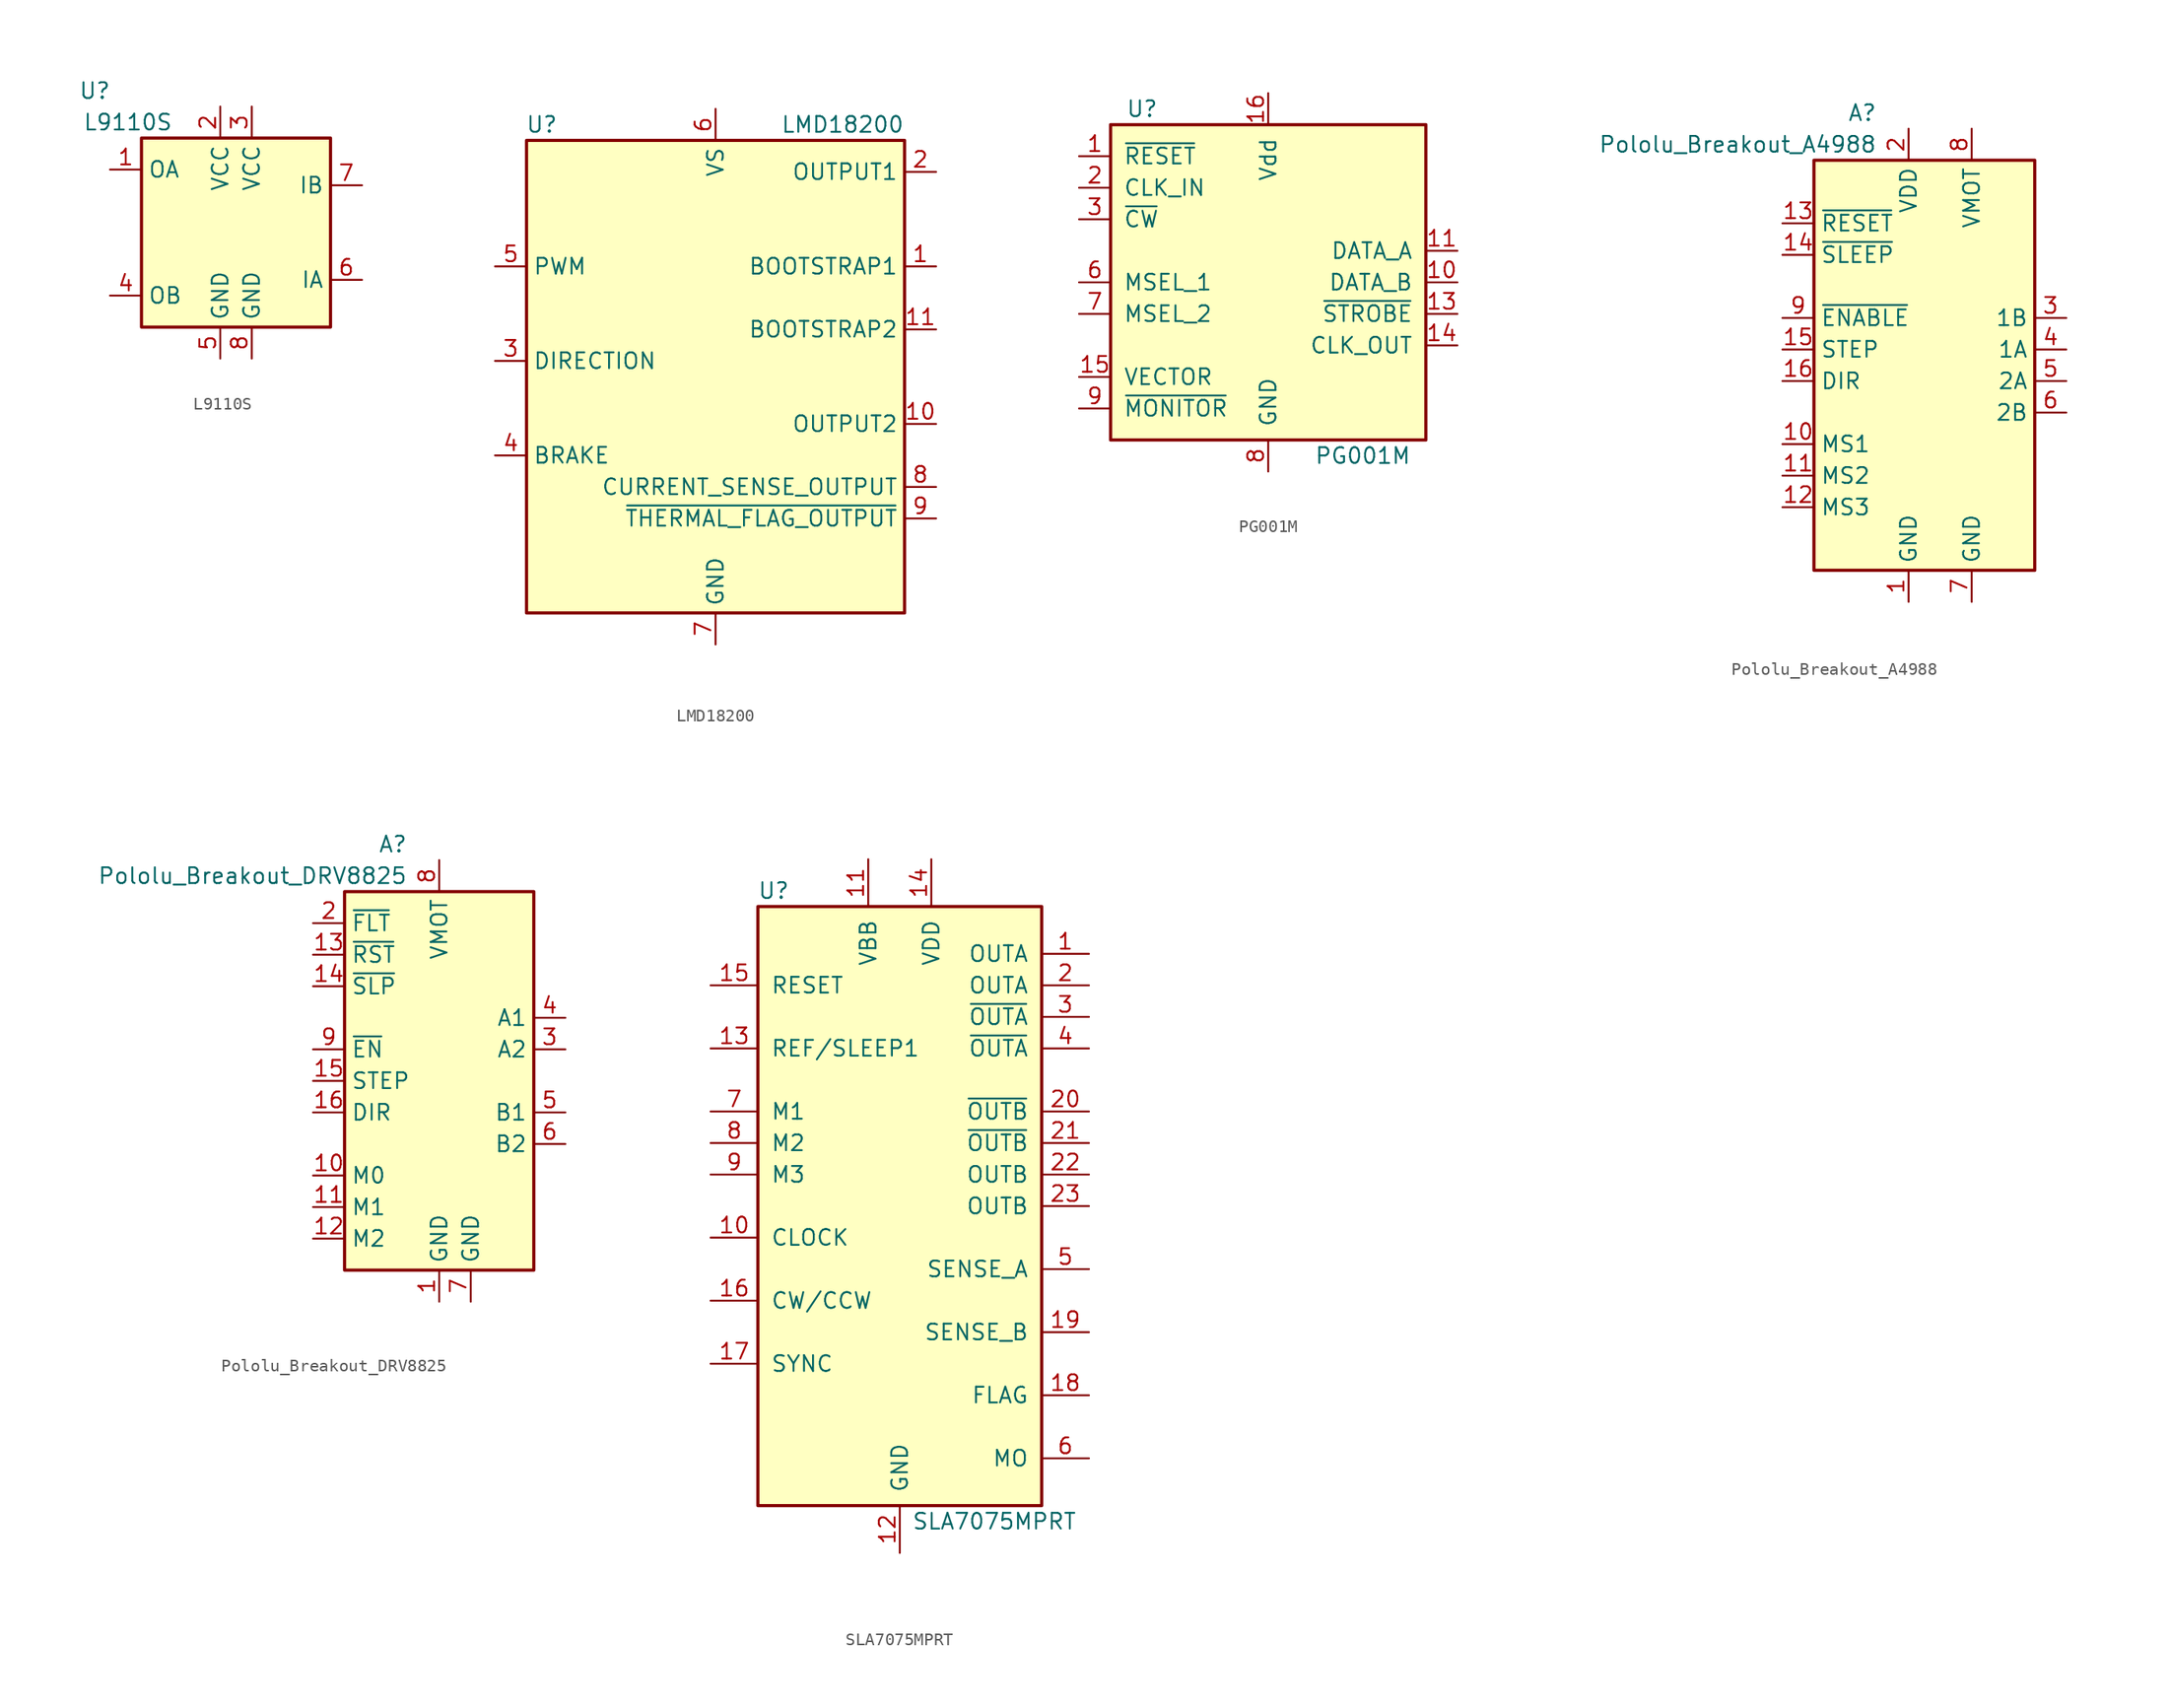
<source format=kicad_sym>
(kicad_symbol_lib
  (version 20201005)
  (generator kicad_symbol_editor)
  (symbol "L9110S"
    (property "Reference" "U"
      (at -12.7 11.43 0)
      (effects (font (size 1.27 1.27)) (justify left)))
    (property "Value" "L9110S"
      (at -5.08 8.89 0)
      (effects (font (size 1.27 1.27)) (justify right)))
    (symbol "L9110S_0_0"
      (rectangle (start -7.62 7.62) (end 7.62 -7.62) (stroke (width 0.254)) (fill (type background))))
    (symbol "L9110S_1_1"
      (pin output line (at -10.16 5.08 0) (length 2.54) (name "OA" (effects (font (size 1.27 1.27)))) (number "1" (effects (font (size 1.27 1.27)))))
      (pin power_in line (at -1.27 10.16 270) (length 2.54) (name "VCC" (effects (font (size 1.27 1.27)))) (number "2" (effects (font (size 1.27 1.27)))))
      (pin power_in line (at 1.27 10.16 270) (length 2.54) (name "VCC" (effects (font (size 1.27 1.27)))) (number "3" (effects (font (size 1.27 1.27)))))
      (pin output line (at -10.16 -5.08 0) (length 2.54) (name "OB" (effects (font (size 1.27 1.27)))) (number "4" (effects (font (size 1.27 1.27)))))
      (pin unspecified line (at -1.27 -10.16 90) (length 2.54) (name "GND" (effects (font (size 1.27 1.27)))) (number "5" (effects (font (size 1.27 1.27)))))
      (pin input line (at 10.16 -3.81 180) (length 2.54) (name "IA" (effects (font (size 1.27 1.27)))) (number "6" (effects (font (size 1.27 1.27)))))
      (pin input line (at 10.16 3.81 180) (length 2.54) (name "IB" (effects (font (size 1.27 1.27)))) (number "7" (effects (font (size 1.27 1.27)))))
      (pin unspecified line (at 1.27 -10.16 90) (length 2.54) (name "GND" (effects (font (size 1.27 1.27)))) (number "8" (effects (font (size 1.27 1.27)))))))
  (symbol "LMD18200"
    (property "Reference" "U"
      (at -12.7 19.05 0)
      (effects (font (size 1.27 1.27)) (justify right)))
    (property "Value" "LMD18200"
      (at 15.24 19.05 0)
      (effects (font (size 1.27 1.27)) (justify right)))
    (symbol "LMD18200_0_1"
      (rectangle (start -15.24 -20.32) (end 15.24 17.78) (stroke (width 0.254)) (fill (type background))))
    (symbol "LMD18200_1_1"
      (pin passive line (at 17.78 7.62 180) (length 2.54) (name "BOOTSTRAP1" (effects (font (size 1.27 1.27)))) (number "1" (effects (font (size 1.27 1.27)))))
      (pin output line (at 17.78 -5.08 180) (length 2.54) (name "OUTPUT2" (effects (font (size 1.27 1.27)))) (number "10" (effects (font (size 1.27 1.27)))))
      (pin passive line (at 17.78 2.54 180) (length 2.54) (name "BOOTSTRAP2" (effects (font (size 1.27 1.27)))) (number "11" (effects (font (size 1.27 1.27)))))
      (pin output line (at 17.78 15.24 180) (length 2.54) (name "OUTPUT1" (effects (font (size 1.27 1.27)))) (number "2" (effects (font (size 1.27 1.27)))))
      (pin input line (at -17.78 0 0) (length 2.54) (name "DIRECTION" (effects (font (size 1.27 1.27)))) (number "3" (effects (font (size 1.27 1.27)))))
      (pin input line (at -17.78 -7.62 0) (length 2.54) (name "BRAKE" (effects (font (size 1.27 1.27)))) (number "4" (effects (font (size 1.27 1.27)))))
      (pin input line (at -17.78 7.62 0) (length 2.54) (name "PWM" (effects (font (size 1.27 1.27)))) (number "5" (effects (font (size 1.27 1.27)))))
      (pin power_in line (at 0 20.32 270) (length 2.54) (name "VS" (effects (font (size 1.27 1.27)))) (number "6" (effects (font (size 1.27 1.27)))))
      (pin power_in line (at 0 -22.86 90) (length 2.54) (name "GND" (effects (font (size 1.27 1.27)))) (number "7" (effects (font (size 1.27 1.27)))))
      (pin output line (at 17.78 -10.16 180) (length 2.54) (name "CURRENT_SENSE_OUTPUT" (effects (font (size 1.27 1.27)))) (number "8" (effects (font (size 1.27 1.27)))))
      (pin open_collector line (at 17.78 -12.7 180) (length 2.54) (name "~THERMAL_FLAG_OUTPUT" (effects (font (size 1.27 1.27)))) (number "9" (effects (font (size 1.27 1.27)))))))
  (symbol "PG001M"
    (pin_names
      (offset 1.016))
    (property "Reference" "U"
      (at -10.16 13.97 0)
      (effects (font (size 1.27 1.27))))
    (property "Value" "PG001M"
      (at 7.62 -13.97 0)
      (effects (font (size 1.27 1.27))))
    (symbol "PG001M_0_1"
      (rectangle (start 12.7 -12.7) (end -12.7 12.7) (stroke (width 0.254)) (fill (type background))))
    (symbol "PG001M_1_1"
      (pin input line (at -15.24 10.16 0) (length 2.54) (name "~RESET~" (effects (font (size 1.27 1.27)))) (number "1" (effects (font (size 1.27 1.27)))))
      (pin output line (at 15.24 0 180) (length 2.54) (name "DATA_B" (effects (font (size 1.27 1.27)))) (number "10" (effects (font (size 1.27 1.27)))))
      (pin output line (at 15.24 2.54 180) (length 2.54) (name "DATA_A" (effects (font (size 1.27 1.27)))) (number "11" (effects (font (size 1.27 1.27)))))
      (pin output line (at 15.24 -2.54 180) (length 2.54) (name "~STROBE~" (effects (font (size 1.27 1.27)))) (number "13" (effects (font (size 1.27 1.27)))))
      (pin output line (at 15.24 -5.08 180) (length 2.54) (name "CLK_OUT" (effects (font (size 1.27 1.27)))) (number "14" (effects (font (size 1.27 1.27)))))
      (pin input line (at -15.24 -7.62 0) (length 2.54) (name "VECTOR" (effects (font (size 1.27 1.27)))) (number "15" (effects (font (size 1.27 1.27)))))
      (pin power_in line (at 0 15.24 270) (length 2.54) (name "Vdd" (effects (font (size 1.27 1.27)))) (number "16" (effects (font (size 1.27 1.27)))))
      (pin input line (at -15.24 7.62 0) (length 2.54) (name "CLK_IN" (effects (font (size 1.27 1.27)))) (number "2" (effects (font (size 1.27 1.27)))))
      (pin input line (at -15.24 5.08 0) (length 2.54) (name "~CW~" (effects (font (size 1.27 1.27)))) (number "3" (effects (font (size 1.27 1.27)))))
      (pin input line (at -15.24 0 0) (length 2.54) (name "MSEL_1" (effects (font (size 1.27 1.27)))) (number "6" (effects (font (size 1.27 1.27)))))
      (pin input line (at -15.24 -2.54 0) (length 2.54) (name "MSEL_2" (effects (font (size 1.27 1.27)))) (number "7" (effects (font (size 1.27 1.27)))))
      (pin power_in line (at 0 -15.24 90) (length 2.54) (name "GND" (effects (font (size 1.27 1.27)))) (number "8" (effects (font (size 1.27 1.27)))))
      (pin input line (at -15.24 -10.16 0) (length 2.54) (name "~MONITOR~" (effects (font (size 1.27 1.27)))) (number "9" (effects (font (size 1.27 1.27)))))))
  (symbol "Pololu_Breakout_A4988"
    (property "Reference" "A"
      (at -2.54 19.05 0)
      (effects (font (size 1.27 1.27)) (justify right)))
    (property "Value" "Pololu_Breakout_A4988"
      (at -2.54 16.51 0)
      (effects (font (size 1.27 1.27)) (justify right)))
    (symbol "Pololu_Breakout_A4988_0_1"
      (rectangle (start 10.16 -17.78) (end -7.62 15.24) (stroke (width 0.254)) (fill (type background))))
    (symbol "Pololu_Breakout_A4988_1_1"
      (pin power_in line (at 0 -20.32 90) (length 2.54) (name "GND" (effects (font (size 1.27 1.27)))) (number "1" (effects (font (size 1.27 1.27)))))
      (pin input line (at -10.16 -7.62 0) (length 2.54) (name "MS1" (effects (font (size 1.27 1.27)))) (number "10" (effects (font (size 1.27 1.27)))))
      (pin input line (at -10.16 -10.16 0) (length 2.54) (name "MS2" (effects (font (size 1.27 1.27)))) (number "11" (effects (font (size 1.27 1.27)))))
      (pin input line (at -10.16 -12.7 0) (length 2.54) (name "MS3" (effects (font (size 1.27 1.27)))) (number "12" (effects (font (size 1.27 1.27)))))
      (pin input line (at -10.16 10.16 0) (length 2.54) (name "~RESET" (effects (font (size 1.27 1.27)))) (number "13" (effects (font (size 1.27 1.27)))))
      (pin input line (at -10.16 7.62 0) (length 2.54) (name "~SLEEP" (effects (font (size 1.27 1.27)))) (number "14" (effects (font (size 1.27 1.27)))))
      (pin input line (at -10.16 0 0) (length 2.54) (name "STEP" (effects (font (size 1.27 1.27)))) (number "15" (effects (font (size 1.27 1.27)))))
      (pin input line (at -10.16 -2.54 0) (length 2.54) (name "DIR" (effects (font (size 1.27 1.27)))) (number "16" (effects (font (size 1.27 1.27)))))
      (pin power_in line (at 0 17.78 270) (length 2.54) (name "VDD" (effects (font (size 1.27 1.27)))) (number "2" (effects (font (size 1.27 1.27)))))
      (pin output line (at 12.7 2.54 180) (length 2.54) (name "1B" (effects (font (size 1.27 1.27)))) (number "3" (effects (font (size 1.27 1.27)))))
      (pin output line (at 12.7 0 180) (length 2.54) (name "1A" (effects (font (size 1.27 1.27)))) (number "4" (effects (font (size 1.27 1.27)))))
      (pin output line (at 12.7 -2.54 180) (length 2.54) (name "2A" (effects (font (size 1.27 1.27)))) (number "5" (effects (font (size 1.27 1.27)))))
      (pin output line (at 12.7 -5.08 180) (length 2.54) (name "2B" (effects (font (size 1.27 1.27)))) (number "6" (effects (font (size 1.27 1.27)))))
      (pin power_in line (at 5.08 -20.32 90) (length 2.54) (name "GND" (effects (font (size 1.27 1.27)))) (number "7" (effects (font (size 1.27 1.27)))))
      (pin power_in line (at 5.08 17.78 270) (length 2.54) (name "VMOT" (effects (font (size 1.27 1.27)))) (number "8" (effects (font (size 1.27 1.27)))))
      (pin input line (at -10.16 2.54 0) (length 2.54) (name "~ENABLE" (effects (font (size 1.27 1.27)))) (number "9" (effects (font (size 1.27 1.27)))))))
  (symbol "Pololu_Breakout_DRV8825"
    (property "Reference" "A"
      (at -2.54 16.51 0)
      (effects (font (size 1.27 1.27)) (justify right)))
    (property "Value" "Pololu_Breakout_DRV8825"
      (at -2.54 13.97 0)
      (effects (font (size 1.27 1.27)) (justify right)))
    (symbol "Pololu_Breakout_DRV8825_0_1"
      (rectangle (start 7.62 -17.78) (end -7.62 12.7) (stroke (width 0.254)) (fill (type background))))
    (symbol "Pololu_Breakout_DRV8825_1_1"
      (pin power_in line (at 0 -20.32 90) (length 2.54) (name "GND" (effects (font (size 1.27 1.27)))) (number "1" (effects (font (size 1.27 1.27)))))
      (pin input line (at -10.16 -10.16 0) (length 2.54) (name "M0" (effects (font (size 1.27 1.27)))) (number "10" (effects (font (size 1.27 1.27)))))
      (pin input line (at -10.16 -12.7 0) (length 2.54) (name "M1" (effects (font (size 1.27 1.27)))) (number "11" (effects (font (size 1.27 1.27)))))
      (pin input line (at -10.16 -15.24 0) (length 2.54) (name "M2" (effects (font (size 1.27 1.27)))) (number "12" (effects (font (size 1.27 1.27)))))
      (pin input line (at -10.16 7.62 0) (length 2.54) (name "~RST" (effects (font (size 1.27 1.27)))) (number "13" (effects (font (size 1.27 1.27)))))
      (pin input line (at -10.16 5.08 0) (length 2.54) (name "~SLP" (effects (font (size 1.27 1.27)))) (number "14" (effects (font (size 1.27 1.27)))))
      (pin input line (at -10.16 -2.54 0) (length 2.54) (name "STEP" (effects (font (size 1.27 1.27)))) (number "15" (effects (font (size 1.27 1.27)))))
      (pin input line (at -10.16 -5.08 0) (length 2.54) (name "DIR" (effects (font (size 1.27 1.27)))) (number "16" (effects (font (size 1.27 1.27)))))
      (pin output line (at -10.16 10.16 0) (length 2.54) (name "~FLT" (effects (font (size 1.27 1.27)))) (number "2" (effects (font (size 1.27 1.27)))))
      (pin output line (at 10.16 0 180) (length 2.54) (name "A2" (effects (font (size 1.27 1.27)))) (number "3" (effects (font (size 1.27 1.27)))))
      (pin output line (at 10.16 2.54 180) (length 2.54) (name "A1" (effects (font (size 1.27 1.27)))) (number "4" (effects (font (size 1.27 1.27)))))
      (pin output line (at 10.16 -5.08 180) (length 2.54) (name "B1" (effects (font (size 1.27 1.27)))) (number "5" (effects (font (size 1.27 1.27)))))
      (pin output line (at 10.16 -7.62 180) (length 2.54) (name "B2" (effects (font (size 1.27 1.27)))) (number "6" (effects (font (size 1.27 1.27)))))
      (pin power_in line (at 2.54 -20.32 90) (length 2.54) (name "GND" (effects (font (size 1.27 1.27)))) (number "7" (effects (font (size 1.27 1.27)))))
      (pin power_in line (at 0 15.24 270) (length 2.54) (name "VMOT" (effects (font (size 1.27 1.27)))) (number "8" (effects (font (size 1.27 1.27)))))
      (pin input line (at -10.16 0 0) (length 2.54) (name "~EN" (effects (font (size 1.27 1.27)))) (number "9" (effects (font (size 1.27 1.27)))))))
  (symbol "SLA7075MPRT"
    (pin_names
      (offset 1.016))
    (property "Reference" "U"
      (at -10.16 25.4 0)
      (effects (font (size 1.27 1.27))))
    (property "Value" "SLA7075MPRT"
      (at 7.62 -25.4 0)
      (effects (font (size 1.27 1.27))))
    (symbol "SLA7075MPRT_0_1"
      (rectangle (start -11.43 24.13) (end 11.43 -24.13) (stroke (width 0.254)) (fill (type background))))
    (symbol "SLA7075MPRT_1_1"
      (pin output line (at 15.24 20.32 180) (length 3.81) (name "OUTA" (effects (font (size 1.27 1.27)))) (number "1" (effects (font (size 1.27 1.27)))))
      (pin input line (at -15.24 -2.54 0) (length 3.81) (name "CLOCK" (effects (font (size 1.27 1.27)))) (number "10" (effects (font (size 1.27 1.27)))))
      (pin power_in line (at -2.54 27.94 270) (length 3.81) (name "VBB" (effects (font (size 1.27 1.27)))) (number "11" (effects (font (size 1.27 1.27)))))
      (pin power_in line (at 0 -27.94 90) (length 3.81) (name "GND" (effects (font (size 1.27 1.27)))) (number "12" (effects (font (size 1.27 1.27)))))
      (pin input line (at -15.24 12.7 0) (length 3.81) (name "REF/SLEEP1" (effects (font (size 1.27 1.27)))) (number "13" (effects (font (size 1.27 1.27)))))
      (pin power_in line (at 2.54 27.94 270) (length 3.81) (name "VDD" (effects (font (size 1.27 1.27)))) (number "14" (effects (font (size 1.27 1.27)))))
      (pin input line (at -15.24 17.78 0) (length 3.81) (name "RESET" (effects (font (size 1.27 1.27)))) (number "15" (effects (font (size 1.27 1.27)))))
      (pin input line (at -15.24 -7.62 0) (length 3.81) (name "CW/CCW" (effects (font (size 1.27 1.27)))) (number "16" (effects (font (size 1.27 1.27)))))
      (pin input line (at -15.24 -12.7 0) (length 3.81) (name "SYNC" (effects (font (size 1.27 1.27)))) (number "17" (effects (font (size 1.27 1.27)))))
      (pin output line (at 15.24 -15.24 180) (length 3.81) (name "FLAG" (effects (font (size 1.27 1.27)))) (number "18" (effects (font (size 1.27 1.27)))))
      (pin output line (at 15.24 -10.16 180) (length 3.81) (name "SENSE_B" (effects (font (size 1.27 1.27)))) (number "19" (effects (font (size 1.27 1.27)))))
      (pin output line (at 15.24 17.78 180) (length 3.81) (name "OUTA" (effects (font (size 1.27 1.27)))) (number "2" (effects (font (size 1.27 1.27)))))
      (pin output line (at 15.24 7.62 180) (length 3.81) (name "~OUTB~" (effects (font (size 1.27 1.27)))) (number "20" (effects (font (size 1.27 1.27)))))
      (pin output line (at 15.24 5.08 180) (length 3.81) (name "~OUTB~" (effects (font (size 1.27 1.27)))) (number "21" (effects (font (size 1.27 1.27)))))
      (pin output line (at 15.24 2.54 180) (length 3.81) (name "OUTB" (effects (font (size 1.27 1.27)))) (number "22" (effects (font (size 1.27 1.27)))))
      (pin output line (at 15.24 0 180) (length 3.81) (name "OUTB" (effects (font (size 1.27 1.27)))) (number "23" (effects (font (size 1.27 1.27)))))
      (pin output line (at 15.24 15.24 180) (length 3.81) (name "~OUTA~" (effects (font (size 1.27 1.27)))) (number "3" (effects (font (size 1.27 1.27)))))
      (pin output line (at 15.24 12.7 180) (length 3.81) (name "~OUTA~" (effects (font (size 1.27 1.27)))) (number "4" (effects (font (size 1.27 1.27)))))
      (pin output line (at 15.24 -5.08 180) (length 3.81) (name "SENSE_A" (effects (font (size 1.27 1.27)))) (number "5" (effects (font (size 1.27 1.27)))))
      (pin output line (at 15.24 -20.32 180) (length 3.81) (name "MO" (effects (font (size 1.27 1.27)))) (number "6" (effects (font (size 1.27 1.27)))))
      (pin input line (at -15.24 7.62 0) (length 3.81) (name "M1" (effects (font (size 1.27 1.27)))) (number "7" (effects (font (size 1.27 1.27)))))
      (pin input line (at -15.24 5.08 0) (length 3.81) (name "M2" (effects (font (size 1.27 1.27)))) (number "8" (effects (font (size 1.27 1.27)))))
      (pin input line (at -15.24 2.54 0) (length 3.81) (name "M3" (effects (font (size 1.27 1.27)))) (number "9" (effects (font (size 1.27 1.27))))))))
</source>
